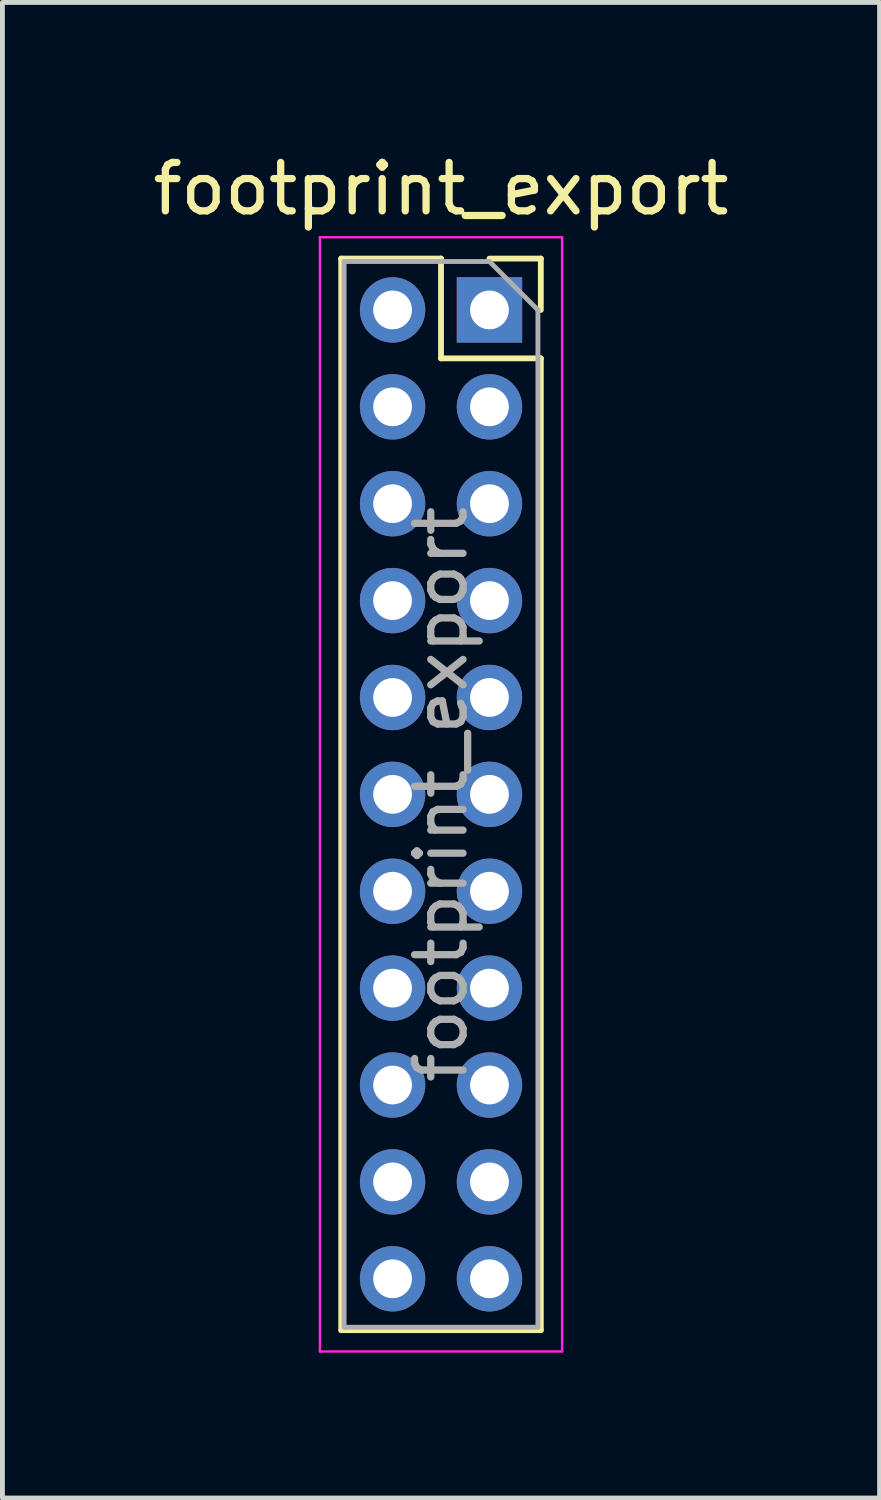
<source format=kicad_pcb>
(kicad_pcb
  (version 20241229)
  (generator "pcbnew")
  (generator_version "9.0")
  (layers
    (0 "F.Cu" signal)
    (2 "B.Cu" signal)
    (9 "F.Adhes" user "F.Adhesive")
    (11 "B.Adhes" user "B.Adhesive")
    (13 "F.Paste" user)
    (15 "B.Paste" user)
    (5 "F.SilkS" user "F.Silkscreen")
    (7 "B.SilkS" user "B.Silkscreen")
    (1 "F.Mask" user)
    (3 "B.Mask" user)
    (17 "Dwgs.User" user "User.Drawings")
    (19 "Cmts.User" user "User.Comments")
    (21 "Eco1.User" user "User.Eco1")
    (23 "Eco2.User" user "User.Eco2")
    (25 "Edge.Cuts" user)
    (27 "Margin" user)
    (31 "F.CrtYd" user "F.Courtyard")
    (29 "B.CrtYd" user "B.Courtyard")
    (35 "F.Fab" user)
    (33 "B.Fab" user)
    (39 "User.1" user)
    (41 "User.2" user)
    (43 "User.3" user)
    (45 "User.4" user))
  (footprint "footprint_export"
    (layer "F.Cu")
    (at 7.054 3.348)
    (property "Reference" "footprint_export" (at -1 -2.5 0) (layer "F.SilkS") (effects (font (size 1 1) (thickness 0.15))))
    (attr through_hole)
    (fp_line (start -3.06 -1.06) (end -3.06 21.06) (stroke (width 0.12) (type solid)) (layer "F.SilkS"))
    (fp_line (start -3.06 -1.06) (end -1 -1.06) (stroke (width 0.12) (type solid)) (layer "F.SilkS"))
    (fp_line (start -3.06 21.06) (end 1.06 21.06) (stroke (width 0.12) (type solid)) (layer "F.SilkS"))
    (fp_line (start -1 -1.06) (end -1 1) (stroke (width 0.12) (type solid)) (layer "F.SilkS"))
    (fp_line (start -1 1) (end 1.06 1) (stroke (width 0.12) (type solid)) (layer "F.SilkS"))
    (fp_line (start 0 -1.06) (end 1.06 -1.06) (stroke (width 0.12) (type solid)) (layer "F.SilkS"))
    (fp_line (start 1.06 -1.06) (end 1.06 0) (stroke (width 0.12) (type solid)) (layer "F.SilkS"))
    (fp_line (start 1.06 1) (end 1.06 21.06) (stroke (width 0.12) (type solid)) (layer "F.SilkS"))
    (fp_line (start -3.5 -1.5) (end 1.5 -1.5) (stroke (width 0.05) (type solid)) (layer "F.CrtYd"))
    (fp_line (start -3.5 21.5) (end -3.5 -1.5) (stroke (width 0.05) (type solid)) (layer "F.CrtYd"))
    (fp_line (start 1.5 -1.5) (end 1.5 21.5) (stroke (width 0.05) (type solid)) (layer "F.CrtYd"))
    (fp_line (start 1.5 21.5) (end -3.5 21.5) (stroke (width 0.05) (type solid)) (layer "F.CrtYd"))
    (fp_line (start -3 -1) (end 0 -1) (stroke (width 0.1) (type solid)) (layer "F.Fab"))
    (fp_line (start -3 21) (end -3 -1) (stroke (width 0.1) (type solid)) (layer "F.Fab"))
    (fp_line (start 0 -1) (end 1 0) (stroke (width 0.1) (type solid)) (layer "F.Fab"))
    (fp_line (start 1 0) (end 1 21) (stroke (width 0.1) (type solid)) (layer "F.Fab"))
    (fp_line (start 1 21) (end -3 21) (stroke (width 0.1) (type solid)) (layer "F.Fab"))
    (fp_text user "${REFERENCE}" (at -1 10 90) (layer "F.Fab") (effects (font (size 1 1) (thickness 0.15))))
    (pad "1" thru_hole rect (at 0 0) (size 1.35 1.35) (drill 0.8) (layers "*.Cu" "*.Mask"))
    (pad "2" thru_hole oval (at -2 0) (size 1.35 1.35) (drill 0.8) (layers "*.Cu" "*.Mask"))
    (pad "3" thru_hole oval (at 0 2) (size 1.35 1.35) (drill 0.8) (layers "*.Cu" "*.Mask"))
    (pad "4" thru_hole oval (at -2 2) (size 1.35 1.35) (drill 0.8) (layers "*.Cu" "*.Mask"))
    (pad "5" thru_hole oval (at 0 4) (size 1.35 1.35) (drill 0.8) (layers "*.Cu" "*.Mask"))
    (pad "6" thru_hole oval (at -2 4) (size 1.35 1.35) (drill 0.8) (layers "*.Cu" "*.Mask"))
    (pad "7" thru_hole oval (at 0 6) (size 1.35 1.35) (drill 0.8) (layers "*.Cu" "*.Mask"))
    (pad "8" thru_hole oval (at -2 6) (size 1.35 1.35) (drill 0.8) (layers "*.Cu" "*.Mask"))
    (pad "9" thru_hole oval (at 0 8) (size 1.35 1.35) (drill 0.8) (layers "*.Cu" "*.Mask"))
    (pad "10" thru_hole oval (at -2 8) (size 1.35 1.35) (drill 0.8) (layers "*.Cu" "*.Mask"))
    (pad "11" thru_hole oval (at 0 10) (size 1.35 1.35) (drill 0.8) (layers "*.Cu" "*.Mask"))
    (pad "12" thru_hole oval (at -2 10) (size 1.35 1.35) (drill 0.8) (layers "*.Cu" "*.Mask"))
    (pad "13" thru_hole oval (at 0 12) (size 1.35 1.35) (drill 0.8) (layers "*.Cu" "*.Mask"))
    (pad "14" thru_hole oval (at -2 12) (size 1.35 1.35) (drill 0.8) (layers "*.Cu" "*.Mask"))
    (pad "15" thru_hole oval (at 0 14) (size 1.35 1.35) (drill 0.8) (layers "*.Cu" "*.Mask"))
    (pad "16" thru_hole oval (at -2 14) (size 1.35 1.35) (drill 0.8) (layers "*.Cu" "*.Mask"))
    (pad "17" thru_hole oval (at 0 16) (size 1.35 1.35) (drill 0.8) (layers "*.Cu" "*.Mask"))
    (pad "18" thru_hole oval (at -2 16) (size 1.35 1.35) (drill 0.8) (layers "*.Cu" "*.Mask"))
    (pad "19" thru_hole oval (at 0 18) (size 1.35 1.35) (drill 0.8) (layers "*.Cu" "*.Mask"))
    (pad "20" thru_hole oval (at -2 18) (size 1.35 1.35) (drill 0.8) (layers "*.Cu" "*.Mask"))
    (pad "21" thru_hole oval (at 0 20) (size 1.35 1.35) (drill 0.8) (layers "*.Cu" "*.Mask"))
    (pad "22" thru_hole oval (at -2 20) (size 1.35 1.35) (drill 0.8) (layers "*.Cu" "*.Mask")))
  (gr_rect
    (start -3 -3)
    (end 15.107 27.873)
    (stroke (width 0.1) (type default))
    (fill no)
    (layer "Edge.Cuts")))
</source>
